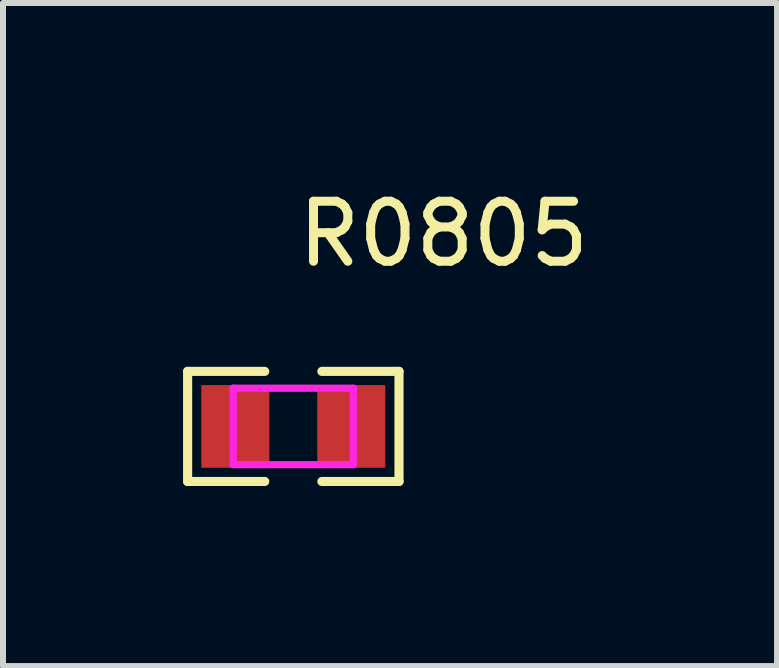
<source format=kicad_pcb>
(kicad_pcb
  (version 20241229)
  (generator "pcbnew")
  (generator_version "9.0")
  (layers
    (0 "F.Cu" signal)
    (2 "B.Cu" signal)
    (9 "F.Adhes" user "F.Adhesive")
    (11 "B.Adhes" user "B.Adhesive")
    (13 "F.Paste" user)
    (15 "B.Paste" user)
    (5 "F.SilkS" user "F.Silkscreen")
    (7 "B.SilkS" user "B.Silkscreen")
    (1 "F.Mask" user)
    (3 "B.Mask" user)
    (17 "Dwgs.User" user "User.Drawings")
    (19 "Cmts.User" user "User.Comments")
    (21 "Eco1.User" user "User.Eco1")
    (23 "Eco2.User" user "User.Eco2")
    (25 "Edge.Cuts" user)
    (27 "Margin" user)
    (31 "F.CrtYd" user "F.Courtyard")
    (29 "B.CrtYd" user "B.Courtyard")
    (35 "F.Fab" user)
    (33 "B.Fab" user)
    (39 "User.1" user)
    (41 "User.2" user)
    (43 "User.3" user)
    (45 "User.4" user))
  (footprint "R0805"
    (layer "F.Cu")
    (at 1.837 4.055)
    (property "Reference" "R0805" (at 0 -3.207 0) (layer "F.SilkS") (effects (font (size 1 1) (thickness 0.15)) (justify left)))
    (attr through_hole)
    (fp_line (start -1.761 -0.917) (end -0.476 -0.917) (stroke (width 0.152) (type solid)) (layer "F.SilkS"))
    (fp_line (start -1.761 0.917) (end -1.761 -0.917) (stroke (width 0.152) (type solid)) (layer "F.SilkS"))
    (fp_line (start -0.476 0.917) (end -1.761 0.917) (stroke (width 0.152) (type solid)) (layer "F.SilkS"))
    (fp_line (start 0.476 0.917) (end 1.761 0.917) (stroke (width 0.152) (type solid)) (layer "F.SilkS"))
    (fp_line (start 1.761 -0.917) (end 0.476 -0.917) (stroke (width 0.152) (type solid)) (layer "F.SilkS"))
    (fp_line (start 1.761 0.917) (end 1.761 -0.917) (stroke (width 0.152) (type solid)) (layer "F.SilkS"))
    (fp_poly (pts (xy -1.7 0.64) (xy -1.7 -0.64) (xy -1.65 -0.69) (xy -0.5 -0.69) (xy -0.45 -0.64) (xy -0.445 -0.23) (xy -0.895 -0.23) (xy -0.895 0.22) (xy -0.455 0.22) (xy -0.45 0.64) (xy -0.5 0.69) (xy -1.65 0.69)) (stroke (width 0.12) (type solid)) (fill yes) (layer "F.Paste"))
    (fp_poly (pts (xy 0.45 0.64) (xy 0.45 0.22) (xy 0.895 0.22) (xy 0.895 -0.23) (xy 0.455 -0.23) (xy 0.45 -0.64) (xy 0.5 -0.69) (xy 1.65 -0.69) (xy 1.7 -0.64) (xy 1.7 0.64) (xy 1.65 0.69) (xy 0.5 0.69)) (stroke (width 0.12) (type solid)) (fill yes) (layer "F.Paste"))
    (fp_circle (center -1 0.638) (end -0.97 0.638) (stroke (width 0.06) (type solid)) (fill no) (layer "Eco2.User"))
    (fp_poly (pts (xy -1 0.637) (xy -1 -0.637) (xy -0.6 -0.637) (xy -0.6 0.637)) (stroke (width 0.12) (type solid)) (fill no) (layer "Eco2.User"))
    (fp_poly (pts (xy 1 0.637) (xy 1 -0.637) (xy 0.6 -0.637) (xy 0.6 0.637)) (stroke (width 0.12) (type solid)) (fill no) (layer "Eco2.User"))
    (fp_line (start -1 -0.637) (end 1 -0.637) (stroke (width 0.12) (type solid)) (layer "F.CrtYd"))
    (fp_line (start -1 0.637) (end -1 -0.637) (stroke (width 0.12) (type solid)) (layer "F.CrtYd"))
    (fp_line (start 1 -0.637) (end 1 0.637) (stroke (width 0.12) (type solid)) (layer "F.CrtYd"))
    (fp_line (start 1 0.637) (end -1 0.637) (stroke (width 0.12) (type solid)) (layer "F.CrtYd"))
    (pad "1" smd rect (at -0.966 0) (size 1.133 1.377) (layers "F.Cu" "F.Mask" "F.Paste"))
    (pad "2" smd rect (at 0.966 0) (size 1.133 1.377) (layers "F.Cu" "F.Mask" "F.Paste")))
  (gr_rect
    (start -3 -3)
    (end 9.897 8.048)
    (stroke (width 0.1) (type default))
    (fill no)
    (layer "Edge.Cuts")))
</source>
